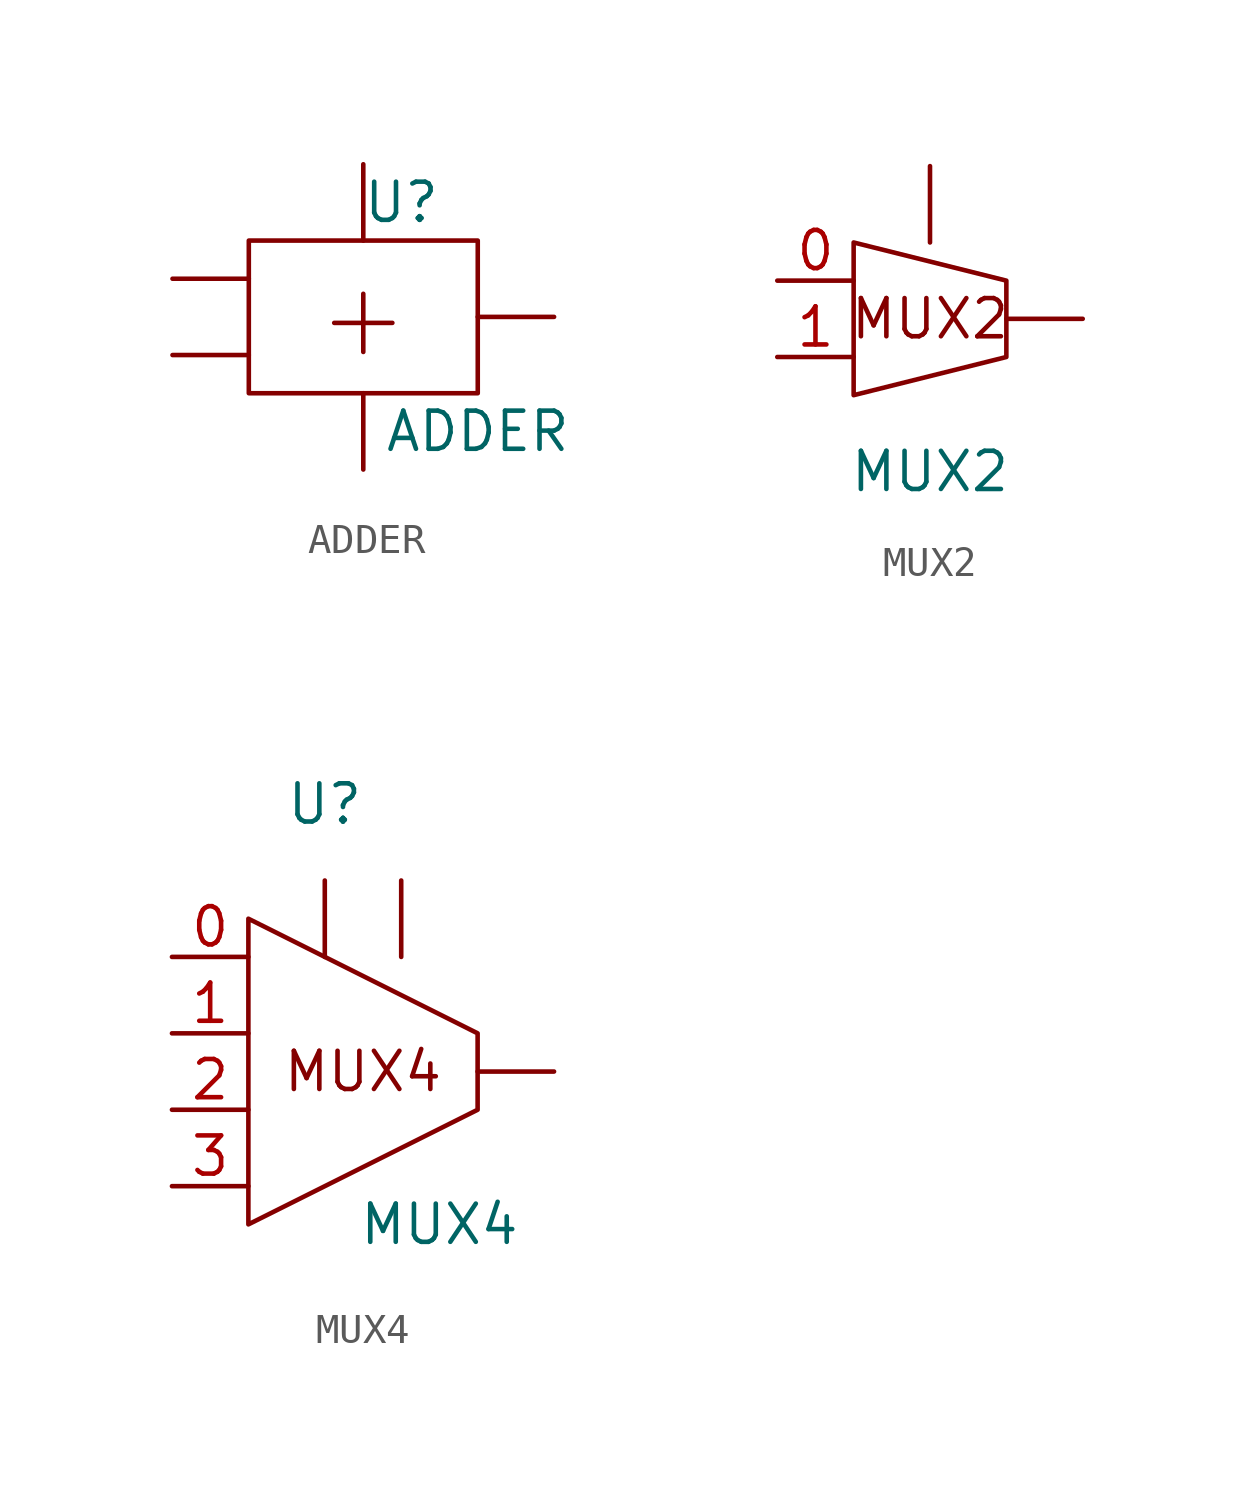
<source format=kicad_sym>
(kicad_symbol_lib
  (version 20211014)
  (generator kicad_symbol_editor)
  (symbol "ADDER"
    (pin_numbers hide)
    (pin_names
      (offset 1.016) hide)
    (property "Reference" "U"
      (at 1.27 3.81 0)
      (effects (font (size 1.27 1.27))))
    (property "Value" "ADDER"
      (at 3.81 -3.81 0)
      (effects (font (size 1.27 1.27))))
    (symbol "ADDER_0_0"
      (text "+" (at 0 0 0) (effects (font (size 2.54 2.54)))))
    (symbol "ADDER_0_1"
      (rectangle (start -3.81 2.54) (end 3.81 -2.54) (stroke (width 0) (type default) (color 0 0 0 0)) (fill (type none))))
    (symbol "ADDER_1_1"
      (pin input line (at -6.35 1.27 0) (length 2.54) (name "~" (effects (font (size 1.27 1.27)))) (number "0" (effects (font (size 1.27 1.27)))))
      (pin input line (at -6.35 -1.27 0) (length 2.54) (name "~" (effects (font (size 1.27 1.27)))) (number "1" (effects (font (size 1.27 1.27)))))
      (pin input line (at 0 5.08 270) (length 2.54) (name "CI" (effects (font (size 1.27 1.27)))) (number "~" (effects (font (size 1.27 1.27)))))
      (pin output line (at 0 -5.08 90) (length 2.54) (name "CO" (effects (font (size 1.27 1.27)))) (number "~" (effects (font (size 1.27 1.27)))))
      (pin output line (at 6.35 0 180) (length 2.54) (name "SO" (effects (font (size 1.27 1.27)))) (number "~" (effects (font (size 1.27 1.27)))))))
  (symbol "MUX2"
    (pin_names
      (offset 0) hide)
    (property "Reference" "U"
      (at 0 3.81 0)
      (effects (font (size 1.27 1.27)) hide))
    (property "Value" "MUX2"
      (at 0 -5.08 0)
      (effects (font (size 1.27 1.27))))
    (symbol "MUX2_0_0"
      (text "MUX2" (at 0 0 0) (effects (font (size 1.27 1.27)))))
    (symbol "MUX2_0_1"
      (polyline (pts (xy -2.54 2.54) (xy 2.54 1.27) (xy 2.54 -1.27) (xy -2.54 -2.54) (xy -2.54 2.54)) (stroke (width 0) (type default) (color 0 0 0 0)) (fill (type none))))
    (symbol "MUX2_1_1"
      (pin output line (at 5.08 0 180) (length 2.54) (name "O" (effects (font (size 1.27 1.27)))) (number "" (effects (font (size 1.27 1.27)))))
      (pin input line (at 0 5.08 270) (length 2.54) (name "S" (effects (font (size 1.27 1.27)))) (number "" (effects (font (size 1.27 1.27)))))
      (pin input line (at -5.08 1.27 0) (length 2.54) (name "~" (effects (font (size 1.27 1.27)))) (number "0" (effects (font (size 1.27 1.27)))))
      (pin input line (at -5.08 -1.27 0) (length 2.54) (name "~" (effects (font (size 1.27 1.27)))) (number "1" (effects (font (size 1.27 1.27)))))))
  (symbol "MUX4"
    (pin_names
      (offset 0) hide)
    (property "Reference" "U"
      (at 0 8.89 0)
      (effects (font (size 1.27 1.27))))
    (property "Value" "MUX4"
      (at 3.81 -5.08 0)
      (effects (font (size 1.27 1.27))))
    (symbol "MUX4_0_0"
      (text "MUX4" (at 1.27 0 0) (effects (font (size 1.27 1.27)))))
    (symbol "MUX4_0_1"
      (polyline (pts (xy 5.08 1.27) (xy 5.08 -1.27) (xy -2.54 -5.08) (xy -2.54 5.08) (xy 5.08 1.27)) (stroke (width 0) (type default) (color 0 0 0 0)) (fill (type none))))
    (symbol "MUX4_1_1"
      (pin output line (at 7.62 0 180) (length 2.54) (name "O" (effects (font (size 1.27 1.27)))) (number "" (effects (font (size 1.27 1.27)))))
      (pin input line (at 0 6.35 270) (length 2.54) (name "S0" (effects (font (size 1.27 1.27)))) (number "" (effects (font (size 1.27 1.27)))))
      (pin input line (at 2.54 6.35 270) (length 2.54) (name "S1" (effects (font (size 1.27 1.27)))) (number "" (effects (font (size 1.27 1.27)))))
      (pin input line (at -5.08 3.81 0) (length 2.54) (name "~" (effects (font (size 1.27 1.27)))) (number "0" (effects (font (size 1.27 1.27)))))
      (pin input line (at -5.08 1.27 0) (length 2.54) (name "~" (effects (font (size 1.27 1.27)))) (number "1" (effects (font (size 1.27 1.27)))))
      (pin input line (at -5.08 -1.27 0) (length 2.54) (name "~" (effects (font (size 1.27 1.27)))) (number "2" (effects (font (size 1.27 1.27)))))
      (pin input line (at -5.08 -3.81 0) (length 2.54) (name "~" (effects (font (size 1.27 1.27)))) (number "3" (effects (font (size 1.27 1.27))))))))
</source>
